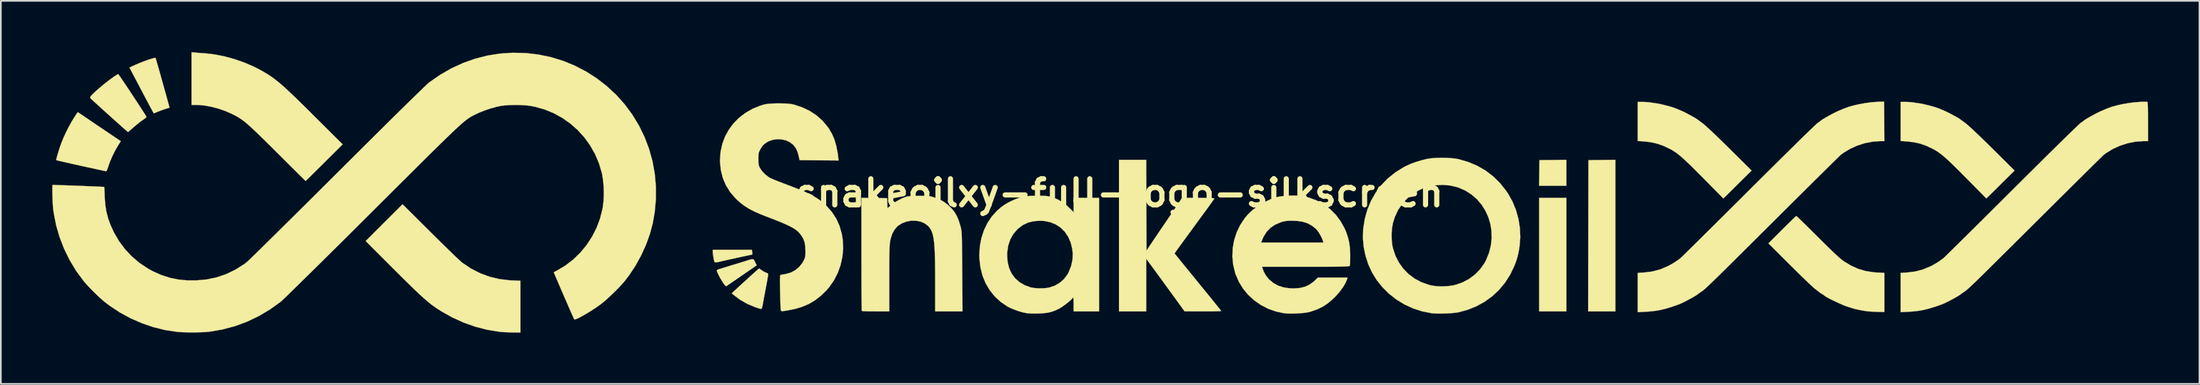
<source format=kicad_pcb>
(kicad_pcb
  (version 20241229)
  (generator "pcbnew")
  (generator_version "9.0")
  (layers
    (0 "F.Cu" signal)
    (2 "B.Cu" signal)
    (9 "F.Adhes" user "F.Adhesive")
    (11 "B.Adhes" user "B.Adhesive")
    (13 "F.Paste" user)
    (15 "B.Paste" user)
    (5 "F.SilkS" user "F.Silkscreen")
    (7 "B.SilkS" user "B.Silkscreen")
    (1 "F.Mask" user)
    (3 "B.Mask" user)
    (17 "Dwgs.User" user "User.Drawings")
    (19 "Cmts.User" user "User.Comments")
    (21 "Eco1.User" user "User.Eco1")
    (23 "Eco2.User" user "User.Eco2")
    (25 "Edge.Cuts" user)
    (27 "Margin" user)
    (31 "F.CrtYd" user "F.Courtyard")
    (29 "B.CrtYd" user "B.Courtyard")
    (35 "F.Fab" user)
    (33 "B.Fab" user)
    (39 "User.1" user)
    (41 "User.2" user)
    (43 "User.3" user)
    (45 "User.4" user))
  (footprint "snakeoilxy-full-logo-silkscreen"
    (layer "F.Cu")
    (at 62.279 8.232)
    (property "Reference" "snakeoilxy-full-logo-silkscreen" (at 0 0 0) (layer "F.SilkS") (effects (font (size 1.524 1.524) (thickness 0.3))))
    (attr through_hole)
    (fp_poly (pts (xy 26.07 6.914) (xy 24.483 6.914) (xy 24.483 0.282) (xy 26.07 0.282) (xy 26.07 6.914)) (stroke (width 0.01) (type solid)) (fill yes) (layer "F.SilkS"))
    (fp_poly (pts (xy 26.07 -0.423) (xy 24.481 -0.423) (xy 24.491 -1.173) (xy 24.5 -1.923) (xy 25.285 -1.932) (xy 26.07 -1.942) (xy 26.07 -0.423)) (stroke (width 0.01) (type solid)) (fill yes) (layer "F.SilkS"))
    (fp_poly (pts (xy 28.928 6.914) (xy 27.34 6.914) (xy 27.349 2.496) (xy 27.358 -1.923) (xy 28.143 -1.932) (xy 28.928 -1.942) (xy 28.928 6.914)) (stroke (width 0.01) (type solid)) (fill yes) (layer "F.SilkS"))
    (fp_poly (pts (xy -21.44 3.448) (xy -21.431 3.536) (xy -21.429 3.586) (xy -21.43 3.589) (xy -21.465 3.6) (xy -21.548 3.619) (xy -21.61 3.632) (xy -21.743 3.659) (xy -21.902 3.693) (xy -22.013 3.717) (xy -22.34 3.788) (xy -22.607 3.847) (xy -22.821 3.894) (xy -22.991 3.932) (xy -23.127 3.963) (xy -23.235 3.988) (xy -23.308 4.005) (xy -23.459 4.039) (xy -23.555 4.053) (xy -23.611 4.047) (xy -23.639 4.021) (xy -23.649 3.995) (xy -23.673 3.894) (xy -23.699 3.756) (xy -23.722 3.611) (xy -23.738 3.484) (xy -23.742 3.415) (xy -23.742 3.316) (xy -21.457 3.316) (xy -21.44 3.448)) (stroke (width 0.01) (type solid)) (fill yes) (layer "F.SilkS"))
    (fp_poly (pts (xy -56.253 -7.899) (xy -56.241 -7.863) (xy -56.212 -7.766) (xy -56.168 -7.615) (xy -56.112 -7.418) (xy -56.044 -7.181) (xy -55.968 -6.911) (xy -55.886 -6.616) (xy -55.836 -6.439) (xy -55.434 -4.994) (xy -55.719 -4.901) (xy -55.878 -4.846) (xy -56.035 -4.788) (xy -56.16 -4.738) (xy -56.174 -4.732) (xy -56.272 -4.69) (xy -56.339 -4.662) (xy -56.356 -4.657) (xy -56.374 -4.687) (xy -56.422 -4.773) (xy -56.495 -4.909) (xy -56.591 -5.089) (xy -56.706 -5.305) (xy -56.837 -5.552) (xy -56.98 -5.823) (xy -57.071 -5.995) (xy -57.775 -7.334) (xy -57.577 -7.428) (xy -57.404 -7.506) (xy -57.212 -7.587) (xy -57.011 -7.667) (xy -56.813 -7.74) (xy -56.628 -7.805) (xy -56.469 -7.856) (xy -56.346 -7.89) (xy -56.27 -7.902) (xy -56.253 -7.899)) (stroke (width 0.01) (type solid)) (fill yes) (layer "F.SilkS"))
    (fp_poly (pts (xy -21.384 3.87) (xy -21.342 3.898) (xy -21.308 3.952) (xy -21.269 4.031) (xy -21.268 4.034) (xy -21.176 4.224) (xy -22.045 4.822) (xy -22.265 4.974) (xy -22.467 5.113) (xy -22.644 5.234) (xy -22.788 5.333) (xy -22.891 5.403) (xy -22.946 5.44) (xy -22.953 5.444) (xy -22.991 5.428) (xy -23.055 5.359) (xy -23.137 5.246) (xy -23.148 5.229) (xy -23.331 4.924) (xy -23.468 4.639) (xy -23.49 4.583) (xy -23.503 4.54) (xy -23.498 4.508) (xy -23.462 4.481) (xy -23.385 4.452) (xy -23.255 4.411) (xy -23.201 4.395) (xy -23.049 4.35) (xy -22.914 4.308) (xy -22.817 4.278) (xy -22.789 4.269) (xy -22.713 4.244) (xy -22.593 4.208) (xy -22.454 4.166) (xy -22.437 4.161) (xy -22.271 4.111) (xy -22.076 4.051) (xy -21.891 3.993) (xy -21.867 3.986) (xy -21.675 3.924) (xy -21.538 3.883) (xy -21.445 3.865) (xy -21.384 3.87)) (stroke (width 0.01) (type solid)) (fill yes) (layer "F.SilkS"))
    (fp_poly (pts (xy -20.883 4.512) (xy -20.77 4.585) (xy -20.655 4.643) (xy -20.616 4.658) (xy -20.537 4.69) (xy -20.507 4.732) (xy -20.512 4.811) (xy -20.514 4.827) (xy -20.535 4.951) (xy -20.565 5.125) (xy -20.602 5.328) (xy -20.641 5.54) (xy -20.68 5.743) (xy -20.691 5.803) (xy -20.719 5.951) (xy -20.753 6.137) (xy -20.788 6.33) (xy -20.802 6.412) (xy -20.835 6.584) (xy -20.863 6.695) (xy -20.89 6.755) (xy -20.919 6.772) (xy -20.976 6.76) (xy -21.079 6.73) (xy -21.211 6.687) (xy -21.255 6.672) (xy -21.716 6.48) (xy -22.145 6.236) (xy -22.507 5.965) (xy -22.631 5.86) (xy -22.543 5.776) (xy -22.449 5.687) (xy -22.322 5.569) (xy -22.17 5.429) (xy -22.002 5.275) (xy -21.827 5.115) (xy -21.654 4.957) (xy -21.491 4.809) (xy -21.347 4.679) (xy -21.232 4.576) (xy -21.153 4.506) (xy -21.124 4.482) (xy -21.029 4.407) (xy -20.883 4.512)) (stroke (width 0.01) (type solid)) (fill yes) (layer "F.SilkS"))
    (fp_poly (pts (xy -40.208 2.279) (xy -39.921 2.565) (xy -39.642 2.84) (xy -39.378 3.099) (xy -39.133 3.338) (xy -38.912 3.552) (xy -38.72 3.736) (xy -38.562 3.886) (xy -38.443 3.996) (xy -38.367 4.062) (xy -38.355 4.072) (xy -37.851 4.41) (xy -37.322 4.682) (xy -36.769 4.888) (xy -36.194 5.027) (xy -35.599 5.099) (xy -35.481 5.105) (xy -34.96 5.126) (xy -34.96 8.149) (xy -35.428 8.145) (xy -35.635 8.14) (xy -35.847 8.132) (xy -36.039 8.12) (xy -36.177 8.108) (xy -36.888 7.993) (xy -37.594 7.811) (xy -38.288 7.565) (xy -38.962 7.257) (xy -39.608 6.892) (xy -39.893 6.705) (xy -40.029 6.609) (xy -40.167 6.506) (xy -40.312 6.391) (xy -40.467 6.261) (xy -40.637 6.111) (xy -40.827 5.937) (xy -41.042 5.736) (xy -41.284 5.503) (xy -41.56 5.234) (xy -41.873 4.925) (xy -42.227 4.571) (xy -42.483 4.315) (xy -43.991 2.804) (xy -42.916 1.729) (xy -41.84 0.654) (xy -40.208 2.279)) (stroke (width 0.01) (type solid)) (fill yes) (layer "F.SilkS"))
    (fp_poly (pts (xy -60.767 -4.709) (xy -60.691 -4.663) (xy -60.584 -4.592) (xy -60.512 -4.543) (xy -60.415 -4.476) (xy -60.268 -4.375) (xy -60.082 -4.249) (xy -59.866 -4.102) (xy -59.63 -3.942) (xy -59.384 -3.776) (xy -59.258 -3.691) (xy -58.28 -3.031) (xy -58.462 -2.742) (xy -58.621 -2.466) (xy -58.775 -2.153) (xy -58.912 -1.832) (xy -59.017 -1.534) (xy -59.02 -1.524) (xy -59.062 -1.403) (xy -59.102 -1.314) (xy -59.134 -1.275) (xy -59.138 -1.274) (xy -59.18 -1.282) (xy -59.284 -1.304) (xy -59.441 -1.338) (xy -59.646 -1.383) (xy -59.889 -1.436) (xy -60.164 -1.496) (xy -60.463 -1.562) (xy -60.606 -1.593) (xy -60.913 -1.661) (xy -61.198 -1.725) (xy -61.453 -1.783) (xy -61.673 -1.833) (xy -61.848 -1.873) (xy -61.973 -1.903) (xy -62.039 -1.92) (xy -62.048 -1.923) (xy -62.046 -1.963) (xy -62.024 -2.057) (xy -61.988 -2.192) (xy -61.939 -2.356) (xy -61.883 -2.535) (xy -61.823 -2.717) (xy -61.762 -2.89) (xy -61.75 -2.921) (xy -61.632 -3.215) (xy -61.484 -3.537) (xy -61.32 -3.864) (xy -61.152 -4.169) (xy -61.008 -4.405) (xy -60.925 -4.533) (xy -60.857 -4.637) (xy -60.812 -4.704) (xy -60.799 -4.722) (xy -60.767 -4.709)) (stroke (width 0.01) (type solid)) (fill yes) (layer "F.SilkS"))
    (fp_poly (pts (xy -58.407 -6.921) (xy -58.349 -6.841) (xy -58.263 -6.716) (xy -58.153 -6.555) (xy -58.025 -6.364) (xy -57.882 -6.151) (xy -57.731 -5.923) (xy -57.576 -5.688) (xy -57.422 -5.454) (xy -57.273 -5.227) (xy -57.136 -5.015) (xy -57.014 -4.826) (xy -56.912 -4.667) (xy -56.836 -4.546) (xy -56.791 -4.469) (xy -56.78 -4.445) (xy -56.807 -4.413) (xy -56.879 -4.355) (xy -56.981 -4.281) (xy -57 -4.269) (xy -57.12 -4.183) (xy -57.27 -4.066) (xy -57.428 -3.936) (xy -57.537 -3.842) (xy -57.66 -3.734) (xy -57.763 -3.646) (xy -57.834 -3.587) (xy -57.863 -3.565) (xy -57.863 -3.565) (xy -57.891 -3.588) (xy -57.965 -3.653) (xy -58.081 -3.756) (xy -58.233 -3.891) (xy -58.414 -4.054) (xy -58.621 -4.239) (xy -58.847 -4.441) (xy -58.949 -4.533) (xy -59.183 -4.743) (xy -59.401 -4.941) (xy -59.597 -5.12) (xy -59.766 -5.275) (xy -59.902 -5.401) (xy -60 -5.492) (xy -60.052 -5.544) (xy -60.06 -5.553) (xy -60.068 -5.588) (xy -60.05 -5.635) (xy -60.002 -5.7) (xy -59.918 -5.788) (xy -59.793 -5.906) (xy -59.622 -6.059) (xy -59.469 -6.191) (xy -59.32 -6.316) (xy -59.156 -6.448) (xy -58.986 -6.578) (xy -58.823 -6.699) (xy -58.675 -6.805) (xy -58.552 -6.886) (xy -58.467 -6.937) (xy -58.432 -6.95) (xy -58.407 -6.921)) (stroke (width 0.01) (type solid)) (fill yes) (layer "F.SilkS"))
    (fp_poly (pts (xy -53.913 -8.207) (xy -53.761 -8.195) (xy -53.574 -8.18) (xy -53.389 -8.167) (xy -53.358 -8.165) (xy -52.814 -8.102) (xy -52.243 -7.99) (xy -51.665 -7.832) (xy -51.097 -7.636) (xy -50.556 -7.405) (xy -50.236 -7.244) (xy -50.042 -7.138) (xy -49.863 -7.035) (xy -49.693 -6.931) (xy -49.527 -6.822) (xy -49.361 -6.704) (xy -49.19 -6.573) (xy -49.008 -6.424) (xy -48.812 -6.254) (xy -48.596 -6.058) (xy -48.355 -5.832) (xy -48.084 -5.573) (xy -47.779 -5.275) (xy -47.435 -4.936) (xy -47.046 -4.549) (xy -47.035 -4.538) (xy -45.334 -2.845) (xy -46.411 -1.775) (xy -46.638 -1.55) (xy -46.849 -1.341) (xy -47.039 -1.153) (xy -47.203 -0.991) (xy -47.335 -0.861) (xy -47.431 -0.768) (xy -47.485 -0.715) (xy -47.495 -0.706) (xy -47.521 -0.73) (xy -47.592 -0.8) (xy -47.705 -0.912) (xy -47.856 -1.061) (xy -48.04 -1.244) (xy -48.254 -1.456) (xy -48.493 -1.694) (xy -48.753 -1.953) (xy -49.03 -2.229) (xy -49.177 -2.375) (xy -49.535 -2.731) (xy -49.848 -3.041) (xy -50.121 -3.309) (xy -50.358 -3.538) (xy -50.564 -3.734) (xy -50.743 -3.899) (xy -50.901 -4.039) (xy -51.041 -4.156) (xy -51.169 -4.255) (xy -51.289 -4.34) (xy -51.405 -4.415) (xy -51.523 -4.484) (xy -51.648 -4.55) (xy -51.773 -4.614) (xy -52.152 -4.783) (xy -52.558 -4.925) (xy -52.973 -5.037) (xy -53.378 -5.113) (xy -53.754 -5.149) (xy -53.858 -5.151) (xy -54.151 -5.151) (xy -54.151 -8.227) (xy -53.913 -8.207)) (stroke (width 0.01) (type solid)) (fill yes) (layer "F.SilkS"))
    (fp_poly (pts (xy 30.506 -5.327) (xy 30.677 -5.322) (xy 30.854 -5.308) (xy 30.992 -5.291) (xy 31.135 -5.268) (xy 31.275 -5.248) (xy 31.344 -5.239) (xy 31.44 -5.223) (xy 31.584 -5.192) (xy 31.758 -5.151) (xy 31.943 -5.104) (xy 32.119 -5.056) (xy 32.262 -5.014) (xy 32.416 -4.96) (xy 32.612 -4.881) (xy 32.83 -4.786) (xy 32.932 -4.739) (xy 33.025 -4.693) (xy 33.149 -4.628) (xy 33.29 -4.552) (xy 33.429 -4.475) (xy 33.551 -4.407) (xy 33.639 -4.355) (xy 33.673 -4.332) (xy 33.715 -4.301) (xy 33.8 -4.238) (xy 33.914 -4.153) (xy 34.008 -4.085) (xy 34.108 -4.004) (xy 34.253 -3.877) (xy 34.439 -3.706) (xy 34.662 -3.496) (xy 34.918 -3.251) (xy 35.204 -2.973) (xy 35.514 -2.668) (xy 35.592 -2.59) (xy 36.877 -1.315) (xy 36.056 -0.499) (xy 35.858 -0.303) (xy 35.678 -0.124) (xy 35.52 0.032) (xy 35.391 0.159) (xy 35.296 0.252) (xy 35.241 0.304) (xy 35.23 0.314) (xy 35.205 0.289) (xy 35.135 0.219) (xy 35.026 0.108) (xy 34.882 -0.038) (xy 34.707 -0.214) (xy 34.508 -0.416) (xy 34.289 -0.638) (xy 34.078 -0.851) (xy 33.76 -1.172) (xy 33.486 -1.447) (xy 33.248 -1.679) (xy 33.043 -1.875) (xy 32.865 -2.039) (xy 32.708 -2.175) (xy 32.566 -2.288) (xy 32.436 -2.384) (xy 32.31 -2.466) (xy 32.183 -2.541) (xy 32.097 -2.587) (xy 31.724 -2.763) (xy 31.359 -2.89) (xy 30.98 -2.973) (xy 30.561 -3.021) (xy 30.542 -3.022) (xy 30.233 -3.043) (xy 30.233 -5.327) (xy 30.506 -5.327)) (stroke (width 0.01) (type solid)) (fill yes) (layer "F.SilkS"))
    (fp_poly (pts (xy 45.852 -5.327) (xy 46.022 -5.322) (xy 46.2 -5.308) (xy 46.337 -5.291) (xy 46.481 -5.268) (xy 46.62 -5.248) (xy 46.69 -5.239) (xy 46.786 -5.223) (xy 46.93 -5.192) (xy 47.104 -5.151) (xy 47.289 -5.104) (xy 47.465 -5.056) (xy 47.607 -5.014) (xy 47.761 -4.96) (xy 47.957 -4.881) (xy 48.175 -4.786) (xy 48.278 -4.739) (xy 48.37 -4.693) (xy 48.495 -4.628) (xy 48.635 -4.552) (xy 48.775 -4.475) (xy 48.897 -4.407) (xy 48.985 -4.355) (xy 49.018 -4.332) (xy 49.06 -4.301) (xy 49.146 -4.238) (xy 49.26 -4.153) (xy 49.354 -4.085) (xy 49.454 -4.004) (xy 49.599 -3.877) (xy 49.785 -3.706) (xy 50.008 -3.496) (xy 50.264 -3.251) (xy 50.55 -2.973) (xy 50.86 -2.668) (xy 50.938 -2.59) (xy 52.223 -1.315) (xy 51.401 -0.499) (xy 51.204 -0.303) (xy 51.024 -0.124) (xy 50.866 0.032) (xy 50.737 0.159) (xy 50.642 0.252) (xy 50.587 0.304) (xy 50.576 0.314) (xy 50.551 0.289) (xy 50.481 0.219) (xy 50.372 0.108) (xy 50.227 -0.038) (xy 50.053 -0.214) (xy 49.854 -0.416) (xy 49.635 -0.638) (xy 49.424 -0.851) (xy 49.106 -1.172) (xy 48.831 -1.447) (xy 48.594 -1.679) (xy 48.389 -1.875) (xy 48.211 -2.039) (xy 48.053 -2.175) (xy 47.912 -2.288) (xy 47.781 -2.384) (xy 47.656 -2.466) (xy 47.529 -2.541) (xy 47.443 -2.587) (xy 47.07 -2.763) (xy 46.705 -2.89) (xy 46.326 -2.973) (xy 45.907 -3.021) (xy 45.888 -3.022) (xy 45.579 -3.043) (xy 45.579 -5.327) (xy 45.852 -5.327)) (stroke (width 0.01) (type solid)) (fill yes) (layer "F.SilkS"))
    (fp_poly (pts (xy 39.518 1.365) (xy 39.592 1.434) (xy 39.707 1.544) (xy 39.857 1.69) (xy 40.037 1.866) (xy 40.243 2.069) (xy 40.468 2.292) (xy 40.71 2.533) (xy 40.744 2.567) (xy 41.059 2.88) (xy 41.329 3.147) (xy 41.559 3.371) (xy 41.753 3.555) (xy 41.916 3.705) (xy 42.05 3.823) (xy 42.162 3.915) (xy 42.254 3.983) (xy 42.268 3.993) (xy 42.682 4.242) (xy 43.095 4.427) (xy 43.521 4.554) (xy 43.974 4.627) (xy 44.194 4.644) (xy 44.626 4.668) (xy 44.626 6.95) (xy 44.282 6.945) (xy 44.097 6.939) (xy 43.903 6.93) (xy 43.735 6.919) (xy 43.692 6.915) (xy 43.527 6.894) (xy 43.337 6.863) (xy 43.143 6.826) (xy 42.967 6.788) (xy 42.83 6.753) (xy 42.792 6.741) (xy 42.716 6.715) (xy 42.596 6.677) (xy 42.457 6.634) (xy 42.439 6.629) (xy 42.328 6.589) (xy 42.178 6.527) (xy 42.002 6.45) (xy 41.815 6.364) (xy 41.628 6.275) (xy 41.456 6.189) (xy 41.311 6.113) (xy 41.207 6.053) (xy 41.16 6.02) (xy 41.104 5.976) (xy 41.015 5.916) (xy 40.975 5.892) (xy 40.887 5.837) (xy 40.828 5.796) (xy 40.816 5.786) (xy 40.782 5.756) (xy 40.705 5.695) (xy 40.602 5.615) (xy 40.569 5.591) (xy 40.499 5.531) (xy 40.384 5.427) (xy 40.232 5.284) (xy 40.047 5.108) (xy 39.837 4.905) (xy 39.607 4.68) (xy 39.363 4.439) (xy 39.11 4.188) (xy 39.1 4.178) (xy 37.859 2.939) (xy 38.659 2.14) (xy 38.854 1.945) (xy 39.034 1.768) (xy 39.192 1.614) (xy 39.323 1.488) (xy 39.419 1.398) (xy 39.476 1.348) (xy 39.488 1.341) (xy 39.518 1.365)) (stroke (width 0.01) (type solid)) (fill yes) (layer "F.SilkS"))
    (fp_poly (pts (xy 1.561 0.71) (xy 1.57 3.361) (xy 1.91 2.854) (xy 2.021 2.689) (xy 2.162 2.48) (xy 2.325 2.239) (xy 2.502 1.979) (xy 2.682 1.713) (xy 2.858 1.455) (xy 2.876 1.429) (xy 3.033 1.198) (xy 3.18 0.98) (xy 3.312 0.785) (xy 3.423 0.621) (xy 3.507 0.494) (xy 3.559 0.415) (xy 3.571 0.397) (xy 3.641 0.282) (xy 4.593 0.282) (xy 4.899 0.283) (xy 5.149 0.287) (xy 5.339 0.293) (xy 5.466 0.301) (xy 5.527 0.312) (xy 5.533 0.317) (xy 5.509 0.354) (xy 5.45 0.439) (xy 5.361 0.566) (xy 5.247 0.724) (xy 5.115 0.906) (xy 5.011 1.049) (xy 4.685 1.494) (xy 4.39 1.898) (xy 4.125 2.26) (xy 3.894 2.576) (xy 3.697 2.846) (xy 3.537 3.067) (xy 3.413 3.237) (xy 3.329 3.354) (xy 3.286 3.413) (xy 3.206 3.528) (xy 3.711 4.15) (xy 3.897 4.38) (xy 4.107 4.638) (xy 4.324 4.904) (xy 4.529 5.156) (xy 4.693 5.358) (xy 4.961 5.688) (xy 5.189 5.967) (xy 5.378 6.2) (xy 5.533 6.391) (xy 5.656 6.544) (xy 5.751 6.663) (xy 5.822 6.752) (xy 5.872 6.815) (xy 5.904 6.858) (xy 5.921 6.882) (xy 5.927 6.894) (xy 5.927 6.895) (xy 5.893 6.9) (xy 5.797 6.904) (xy 5.648 6.908) (xy 5.454 6.911) (xy 5.224 6.913) (xy 4.966 6.914) (xy 4.86 6.914) (xy 3.792 6.913) (xy 3.366 6.323) (xy 3.211 6.11) (xy 3.034 5.866) (xy 2.841 5.601) (xy 2.641 5.325) (xy 2.44 5.049) (xy 2.246 4.783) (xy 2.066 4.537) (xy 1.908 4.321) (xy 1.779 4.146) (xy 1.718 4.062) (xy 1.552 3.838) (xy 1.552 6.914) (xy -0.035 6.914) (xy -0.035 -1.94) (xy 1.552 -1.94) (xy 1.561 0.71)) (stroke (width 0.01) (type solid)) (fill yes) (layer "F.SilkS"))
    (fp_poly (pts (xy -11.47 0.164) (xy -11.301 0.167) (xy -11.172 0.174) (xy -11.068 0.187) (xy -10.974 0.208) (xy -10.875 0.238) (xy -10.813 0.259) (xy -10.576 0.346) (xy -10.385 0.435) (xy -10.219 0.536) (xy -10.053 0.663) (xy -10.044 0.67) (xy -9.824 0.875) (xy -9.645 1.092) (xy -9.501 1.334) (xy -9.382 1.617) (xy -9.28 1.954) (xy -9.27 1.993) (xy -9.255 2.053) (xy -9.243 2.114) (xy -9.232 2.183) (xy -9.223 2.265) (xy -9.216 2.365) (xy -9.209 2.49) (xy -9.204 2.645) (xy -9.199 2.835) (xy -9.196 3.067) (xy -9.192 3.347) (xy -9.189 3.678) (xy -9.186 4.069) (xy -9.183 4.523) (xy -9.182 4.595) (xy -9.166 6.914) (xy -10.76 6.914) (xy -10.76 5.283) (xy -10.761 4.743) (xy -10.765 4.27) (xy -10.772 3.856) (xy -10.783 3.498) (xy -10.798 3.19) (xy -10.819 2.928) (xy -10.845 2.706) (xy -10.878 2.519) (xy -10.918 2.363) (xy -10.965 2.232) (xy -11.021 2.121) (xy -11.086 2.025) (xy -11.16 1.939) (xy -11.187 1.912) (xy -11.386 1.764) (xy -11.623 1.666) (xy -11.883 1.617) (xy -12.156 1.616) (xy -12.427 1.664) (xy -12.684 1.76) (xy -12.914 1.904) (xy -12.972 1.953) (xy -13.142 2.152) (xy -13.275 2.405) (xy -13.368 2.706) (xy -13.387 2.803) (xy -13.399 2.886) (xy -13.41 2.984) (xy -13.418 3.105) (xy -13.425 3.253) (xy -13.431 3.436) (xy -13.435 3.659) (xy -13.438 3.929) (xy -13.44 4.251) (xy -13.441 4.633) (xy -13.441 5.014) (xy -13.441 6.914) (xy -14.229 6.914) (xy -14.458 6.913) (xy -14.663 6.911) (xy -14.833 6.906) (xy -14.959 6.901) (xy -15.029 6.894) (xy -15.04 6.891) (xy -15.043 6.853) (xy -15.047 6.749) (xy -15.05 6.585) (xy -15.053 6.365) (xy -15.055 6.094) (xy -15.058 5.778) (xy -15.06 5.42) (xy -15.061 5.027) (xy -15.062 4.602) (xy -15.063 4.151) (xy -15.064 3.679) (xy -15.064 3.574) (xy -15.064 0.281) (xy -13.564 0.3) (xy -13.554 0.589) (xy -13.544 0.878) (xy -13.315 0.696) (xy -13.012 0.479) (xy -12.712 0.318) (xy -12.506 0.236) (xy -12.416 0.209) (xy -12.323 0.189) (xy -12.214 0.175) (xy -12.074 0.168) (xy -11.888 0.164) (xy -11.695 0.163) (xy -11.47 0.164)) (stroke (width 0.01) (type solid)) (fill yes) (layer "F.SilkS"))
    (fp_poly (pts (xy -4.6 0.16) (xy -4.423 0.164) (xy -4.286 0.172) (xy -4.176 0.185) (xy -4.077 0.205) (xy -3.974 0.234) (xy -3.951 0.241) (xy -3.615 0.371) (xy -3.316 0.543) (xy -3.036 0.77) (xy -2.955 0.848) (xy -2.681 1.12) (xy -2.681 0.282) (xy -1.199 0.282) (xy -1.199 6.914) (xy -2.681 6.914) (xy -2.682 6.482) (xy -2.684 6.296) (xy -2.69 6.174) (xy -2.7 6.113) (xy -2.715 6.106) (xy -2.72 6.113) (xy -2.779 6.185) (xy -2.884 6.285) (xy -3.02 6.399) (xy -3.171 6.517) (xy -3.325 6.627) (xy -3.465 6.718) (xy -3.531 6.755) (xy -3.756 6.863) (xy -3.969 6.94) (xy -4.191 6.992) (xy -4.442 7.023) (xy -4.727 7.038) (xy -4.924 7.041) (xy -5.114 7.039) (xy -5.277 7.034) (xy -5.392 7.024) (xy -5.397 7.024) (xy -5.624 6.978) (xy -5.882 6.905) (xy -6.144 6.812) (xy -6.385 6.71) (xy -6.562 6.619) (xy -6.955 6.347) (xy -7.297 6.027) (xy -7.587 5.664) (xy -7.822 5.26) (xy -8 4.821) (xy -8.119 4.348) (xy -8.178 3.847) (xy -8.183 3.654) (xy -6.562 3.654) (xy -6.532 4.043) (xy -6.443 4.395) (xy -6.298 4.708) (xy -6.097 4.979) (xy -5.844 5.205) (xy -5.539 5.384) (xy -5.209 5.507) (xy -5.008 5.546) (xy -4.765 5.567) (xy -4.508 5.568) (xy -4.263 5.549) (xy -4.096 5.52) (xy -3.773 5.409) (xy -3.485 5.241) (xy -3.239 5.021) (xy -3.042 4.755) (xy -2.98 4.642) (xy -2.832 4.275) (xy -2.75 3.915) (xy -2.733 3.551) (xy -2.763 3.26) (xy -2.855 2.885) (xy -3.002 2.551) (xy -3.197 2.262) (xy -3.439 2.022) (xy -3.722 1.835) (xy -4.042 1.704) (xy -4.395 1.632) (xy -4.654 1.618) (xy -5.022 1.647) (xy -5.347 1.728) (xy -5.638 1.865) (xy -5.903 2.062) (xy -5.98 2.134) (xy -6.213 2.412) (xy -6.386 2.726) (xy -6.501 3.077) (xy -6.556 3.467) (xy -6.562 3.654) (xy -8.183 3.654) (xy -8.184 3.616) (xy -8.154 3.113) (xy -8.063 2.631) (xy -7.915 2.176) (xy -7.712 1.754) (xy -7.457 1.372) (xy -7.152 1.036) (xy -7.141 1.026) (xy -6.926 0.837) (xy -6.723 0.687) (xy -6.504 0.558) (xy -6.303 0.458) (xy -6.067 0.354) (xy -5.859 0.277) (xy -5.659 0.222) (xy -5.45 0.187) (xy -5.214 0.168) (xy -4.931 0.16) (xy -4.833 0.16) (xy -4.6 0.16)) (stroke (width 0.01) (type solid)) (fill yes) (layer "F.SilkS"))
    (fp_poly (pts (xy 19.082 -2.056) (xy 19.377 -2.038) (xy 19.637 -2.008) (xy 19.777 -1.981) (xy 20.342 -1.817) (xy 20.867 -1.595) (xy 21.351 -1.316) (xy 21.794 -0.979) (xy 22.194 -0.586) (xy 22.552 -0.137) (xy 22.668 0.035) (xy 22.925 0.495) (xy 23.128 0.991) (xy 23.273 1.512) (xy 23.358 2.045) (xy 23.381 2.579) (xy 23.339 3.104) (xy 23.339 3.104) (xy 23.293 3.39) (xy 23.243 3.63) (xy 23.182 3.852) (xy 23.104 4.08) (xy 23.033 4.262) (xy 22.79 4.77) (xy 22.493 5.235) (xy 22.144 5.656) (xy 21.748 6.027) (xy 21.307 6.348) (xy 20.826 6.614) (xy 20.307 6.823) (xy 19.773 6.968) (xy 19.601 6.995) (xy 19.379 7.016) (xy 19.126 7.032) (xy 18.862 7.041) (xy 18.606 7.042) (xy 18.38 7.036) (xy 18.203 7.021) (xy 17.656 6.914) (xy 17.128 6.742) (xy 16.625 6.511) (xy 16.155 6.224) (xy 15.721 5.884) (xy 15.331 5.496) (xy 14.99 5.065) (xy 14.733 4.646) (xy 14.514 4.171) (xy 14.35 3.666) (xy 14.243 3.144) (xy 14.197 2.618) (xy 14.205 2.373) (xy 15.874 2.373) (xy 15.878 2.7) (xy 15.907 3.009) (xy 15.949 3.222) (xy 16.096 3.662) (xy 16.3 4.064) (xy 16.558 4.424) (xy 16.866 4.738) (xy 17.219 5.001) (xy 17.614 5.211) (xy 18.047 5.364) (xy 18.203 5.402) (xy 18.492 5.444) (xy 18.817 5.457) (xy 19.151 5.44) (xy 19.467 5.395) (xy 19.597 5.365) (xy 20.008 5.223) (xy 20.389 5.021) (xy 20.732 4.765) (xy 21.031 4.46) (xy 21.279 4.113) (xy 21.377 3.933) (xy 21.551 3.512) (xy 21.662 3.082) (xy 21.711 2.651) (xy 21.702 2.224) (xy 21.636 1.807) (xy 21.516 1.407) (xy 21.344 1.029) (xy 21.123 0.68) (xy 20.856 0.365) (xy 20.543 0.091) (xy 20.189 -0.137) (xy 19.795 -0.313) (xy 19.673 -0.353) (xy 19.267 -0.445) (xy 18.852 -0.479) (xy 18.499 -0.46) (xy 18.054 -0.38) (xy 17.659 -0.255) (xy 17.302 -0.081) (xy 16.974 0.145) (xy 16.803 0.294) (xy 16.493 0.63) (xy 16.244 1.002) (xy 16.055 1.41) (xy 15.946 1.768) (xy 15.897 2.053) (xy 15.874 2.373) (xy 14.205 2.373) (xy 14.214 2.104) (xy 14.215 2.093) (xy 14.307 1.513) (xy 14.46 0.964) (xy 14.674 0.45) (xy 14.945 -0.027) (xy 15.273 -0.464) (xy 15.656 -0.86) (xy 16.091 -1.209) (xy 16.577 -1.512) (xy 16.72 -1.586) (xy 16.987 -1.705) (xy 17.299 -1.819) (xy 17.629 -1.919) (xy 17.953 -1.997) (xy 17.956 -1.998) (xy 18.189 -2.032) (xy 18.467 -2.053) (xy 18.772 -2.061) (xy 19.082 -2.056)) (stroke (width 0.01) (type solid)) (fill yes) (layer "F.SilkS"))
    (fp_poly (pts (xy 10.441 0.155) (xy 10.617 0.174) (xy 11.081 0.277) (xy 11.519 0.442) (xy 11.925 0.667) (xy 12.294 0.947) (xy 12.623 1.278) (xy 12.904 1.657) (xy 13.135 2.078) (xy 13.214 2.264) (xy 13.32 2.57) (xy 13.393 2.871) (xy 13.437 3.189) (xy 13.455 3.546) (xy 13.457 3.651) (xy 13.456 3.842) (xy 13.452 4.01) (xy 13.445 4.143) (xy 13.437 4.225) (xy 13.433 4.242) (xy 13.425 4.254) (xy 13.408 4.264) (xy 13.377 4.273) (xy 13.328 4.28) (xy 13.255 4.286) (xy 13.154 4.291) (xy 13.019 4.295) (xy 12.847 4.298) (xy 12.632 4.3) (xy 12.37 4.302) (xy 12.056 4.303) (xy 11.684 4.304) (xy 11.25 4.304) (xy 10.863 4.304) (xy 8.318 4.304) (xy 8.342 4.401) (xy 8.415 4.6) (xy 8.534 4.809) (xy 8.682 5.003) (xy 8.729 5.053) (xy 8.979 5.262) (xy 9.26 5.415) (xy 9.58 5.516) (xy 9.943 5.567) (xy 10.147 5.573) (xy 10.493 5.552) (xy 10.794 5.484) (xy 11.061 5.365) (xy 11.307 5.19) (xy 11.42 5.086) (xy 11.568 4.939) (xy 13.304 4.939) (xy 13.28 5.018) (xy 13.181 5.256) (xy 13.027 5.516) (xy 12.828 5.784) (xy 12.591 6.051) (xy 12.482 6.159) (xy 12.179 6.422) (xy 11.87 6.631) (xy 11.535 6.796) (xy 11.155 6.928) (xy 11.06 6.955) (xy 10.908 6.985) (xy 10.706 7.01) (xy 10.472 7.028) (xy 10.225 7.04) (xy 9.984 7.044) (xy 9.77 7.038) (xy 9.6 7.023) (xy 9.596 7.023) (xy 9.113 6.919) (xy 8.657 6.755) (xy 8.233 6.534) (xy 7.846 6.263) (xy 7.5 5.944) (xy 7.203 5.583) (xy 6.958 5.183) (xy 6.771 4.75) (xy 6.742 4.662) (xy 6.628 4.187) (xy 6.581 3.706) (xy 6.601 3.226) (xy 6.66 2.893) (xy 8.256 2.893) (xy 11.893 2.893) (xy 11.871 2.813) (xy 11.813 2.655) (xy 11.725 2.478) (xy 11.623 2.306) (xy 11.519 2.161) (xy 11.455 2.092) (xy 11.221 1.906) (xy 10.971 1.769) (xy 10.694 1.679) (xy 10.376 1.63) (xy 10.088 1.618) (xy 9.892 1.619) (xy 9.743 1.629) (xy 9.616 1.648) (xy 9.488 1.681) (xy 9.4 1.709) (xy 9.077 1.847) (xy 8.807 2.029) (xy 8.584 2.261) (xy 8.403 2.547) (xy 8.315 2.743) (xy 8.256 2.893) (xy 6.66 2.893) (xy 6.685 2.754) (xy 6.832 2.298) (xy 7.041 1.865) (xy 7.309 1.461) (xy 7.473 1.264) (xy 7.748 0.999) (xy 8.075 0.752) (xy 8.437 0.535) (xy 8.815 0.359) (xy 9.137 0.248) (xy 9.347 0.203) (xy 9.605 0.17) (xy 9.888 0.151) (xy 10.174 0.145) (xy 10.441 0.155)) (stroke (width 0.01) (type solid)) (fill yes) (layer "F.SilkS"))
    (fp_poly (pts (xy 44.618 -4.187) (xy 44.627 -3.034) (xy 44.363 -3.034) (xy 43.928 -3.003) (xy 43.482 -2.914) (xy 43.041 -2.772) (xy 42.623 -2.583) (xy 42.243 -2.354) (xy 42.069 -2.223) (xy 42.032 -2.188) (xy 41.948 -2.107) (xy 41.82 -1.981) (xy 41.65 -1.814) (xy 41.442 -1.608) (xy 41.198 -1.367) (xy 40.92 -1.092) (xy 40.613 -0.788) (xy 40.279 -0.456) (xy 39.919 -0.099) (xy 39.539 0.279) (xy 39.139 0.677) (xy 38.724 1.09) (xy 38.295 1.517) (xy 38.206 1.606) (xy 37.68 2.129) (xy 37.202 2.605) (xy 36.769 3.036) (xy 36.379 3.424) (xy 36.029 3.772) (xy 35.717 4.082) (xy 35.44 4.356) (xy 35.196 4.597) (xy 34.983 4.807) (xy 34.798 4.989) (xy 34.638 5.144) (xy 34.502 5.276) (xy 34.387 5.386) (xy 34.29 5.477) (xy 34.209 5.551) (xy 34.142 5.611) (xy 34.086 5.659) (xy 34.038 5.698) (xy 33.997 5.729) (xy 33.96 5.755) (xy 33.924 5.779) (xy 33.836 5.837) (xy 33.775 5.881) (xy 33.761 5.893) (xy 33.705 5.938) (xy 33.599 6.005) (xy 33.456 6.089) (xy 33.29 6.182) (xy 33.114 6.276) (xy 32.942 6.364) (xy 32.786 6.44) (xy 32.661 6.495) (xy 32.632 6.506) (xy 32.235 6.645) (xy 31.882 6.753) (xy 31.554 6.833) (xy 31.236 6.888) (xy 30.908 6.923) (xy 30.718 6.935) (xy 30.233 6.96) (xy 30.233 4.667) (xy 30.612 4.643) (xy 31.086 4.583) (xy 31.535 4.464) (xy 31.97 4.283) (xy 32.262 4.124) (xy 32.414 4.028) (xy 32.568 3.924) (xy 32.695 3.83) (xy 32.72 3.81) (xy 32.765 3.768) (xy 32.857 3.68) (xy 32.993 3.548) (xy 33.17 3.374) (xy 33.386 3.161) (xy 33.637 2.913) (xy 33.921 2.632) (xy 34.235 2.321) (xy 34.576 1.983) (xy 34.941 1.62) (xy 35.327 1.236) (xy 35.732 0.833) (xy 36.152 0.415) (xy 36.584 -0.017) (xy 36.724 -0.156) (xy 37.16 -0.591) (xy 37.584 -1.013) (xy 37.994 -1.42) (xy 38.386 -1.809) (xy 38.758 -2.177) (xy 39.107 -2.522) (xy 39.43 -2.84) (xy 39.723 -3.128) (xy 39.985 -3.385) (xy 40.213 -3.606) (xy 40.403 -3.79) (xy 40.552 -3.933) (xy 40.659 -4.033) (xy 40.719 -4.087) (xy 40.728 -4.094) (xy 40.825 -4.16) (xy 40.896 -4.212) (xy 40.922 -4.234) (xy 40.968 -4.271) (xy 41.064 -4.332) (xy 41.195 -4.41) (xy 41.35 -4.497) (xy 41.515 -4.587) (xy 41.675 -4.672) (xy 41.819 -4.743) (xy 41.932 -4.795) (xy 41.932 -4.795) (xy 42.069 -4.852) (xy 42.187 -4.902) (xy 42.267 -4.936) (xy 42.28 -4.942) (xy 42.529 -5.034) (xy 42.83 -5.119) (xy 43.166 -5.195) (xy 43.518 -5.258) (xy 43.868 -5.304) (xy 44.199 -5.33) (xy 44.298 -5.333) (xy 44.609 -5.34) (xy 44.618 -4.187)) (stroke (width 0.01) (type solid)) (fill yes) (layer "F.SilkS"))
    (fp_poly (pts (xy 59.963 -5.33) (xy 59.976 -5.314) (xy 59.986 -5.264) (xy 59.994 -5.175) (xy 60 -5.041) (xy 60.004 -4.855) (xy 60.006 -4.612) (xy 60.007 -4.307) (xy 60.008 -4.18) (xy 60.008 -3.034) (xy 59.726 -3.034) (xy 59.279 -3.003) (xy 58.825 -2.913) (xy 58.38 -2.769) (xy 57.958 -2.578) (xy 57.574 -2.344) (xy 57.415 -2.223) (xy 57.378 -2.188) (xy 57.294 -2.107) (xy 57.166 -1.981) (xy 56.996 -1.814) (xy 56.788 -1.608) (xy 56.543 -1.367) (xy 56.266 -1.092) (xy 55.959 -0.788) (xy 55.624 -0.456) (xy 55.265 -0.099) (xy 54.885 0.279) (xy 54.485 0.677) (xy 54.069 1.09) (xy 53.641 1.517) (xy 53.552 1.606) (xy 53.026 2.129) (xy 52.548 2.605) (xy 52.115 3.036) (xy 51.725 3.424) (xy 51.375 3.772) (xy 51.063 4.082) (xy 50.786 4.356) (xy 50.542 4.597) (xy 50.329 4.807) (xy 50.144 4.989) (xy 49.984 5.144) (xy 49.848 5.276) (xy 49.733 5.386) (xy 49.636 5.477) (xy 49.555 5.551) (xy 49.488 5.611) (xy 49.431 5.659) (xy 49.384 5.698) (xy 49.343 5.729) (xy 49.305 5.755) (xy 49.27 5.779) (xy 49.182 5.837) (xy 49.121 5.881) (xy 49.107 5.893) (xy 49.051 5.938) (xy 48.945 6.005) (xy 48.802 6.089) (xy 48.636 6.182) (xy 48.46 6.276) (xy 48.287 6.364) (xy 48.132 6.44) (xy 48.007 6.495) (xy 47.978 6.506) (xy 47.581 6.645) (xy 47.228 6.753) (xy 46.9 6.833) (xy 46.582 6.888) (xy 46.254 6.923) (xy 46.064 6.935) (xy 45.579 6.96) (xy 45.579 4.667) (xy 45.957 4.643) (xy 46.432 4.583) (xy 46.88 4.464) (xy 47.316 4.283) (xy 47.607 4.124) (xy 47.76 4.028) (xy 47.913 3.924) (xy 48.04 3.83) (xy 48.066 3.81) (xy 48.111 3.768) (xy 48.203 3.68) (xy 48.339 3.548) (xy 48.516 3.374) (xy 48.732 3.161) (xy 48.983 2.913) (xy 49.267 2.632) (xy 49.581 2.321) (xy 49.922 1.983) (xy 50.287 1.62) (xy 50.673 1.236) (xy 51.077 0.833) (xy 51.498 0.415) (xy 51.93 -0.017) (xy 52.07 -0.156) (xy 52.506 -0.591) (xy 52.93 -1.013) (xy 53.34 -1.42) (xy 53.732 -1.809) (xy 54.104 -2.177) (xy 54.453 -2.522) (xy 54.775 -2.84) (xy 55.069 -3.128) (xy 55.331 -3.385) (xy 55.559 -3.606) (xy 55.749 -3.79) (xy 55.898 -3.933) (xy 56.005 -4.033) (xy 56.065 -4.087) (xy 56.074 -4.094) (xy 56.171 -4.16) (xy 56.242 -4.212) (xy 56.268 -4.234) (xy 56.314 -4.271) (xy 56.409 -4.332) (xy 56.541 -4.41) (xy 56.696 -4.497) (xy 56.86 -4.587) (xy 57.021 -4.672) (xy 57.165 -4.743) (xy 57.278 -4.795) (xy 57.278 -4.795) (xy 57.415 -4.852) (xy 57.533 -4.902) (xy 57.613 -4.936) (xy 57.626 -4.942) (xy 57.883 -5.037) (xy 58.192 -5.123) (xy 58.536 -5.199) (xy 58.895 -5.261) (xy 59.253 -5.306) (xy 59.59 -5.331) (xy 59.889 -5.334) (xy 59.963 -5.33)) (stroke (width 0.01) (type solid)) (fill yes) (layer "F.SilkS"))
    (fp_poly (pts (xy -19.616 -5.237) (xy -19.374 -5.224) (xy -19.167 -5.203) (xy -19.015 -5.174) (xy -18.521 -5.009) (xy -18.079 -4.798) (xy -17.687 -4.54) (xy -17.34 -4.232) (xy -17.037 -3.871) (xy -16.963 -3.767) (xy -16.785 -3.465) (xy -16.642 -3.132) (xy -16.532 -2.759) (xy -16.45 -2.335) (xy -16.42 -2.107) (xy -16.396 -1.904) (xy -17.535 -1.913) (xy -18.673 -1.923) (xy -18.718 -2.141) (xy -18.791 -2.407) (xy -18.893 -2.624) (xy -19.034 -2.807) (xy -19.059 -2.833) (xy -19.258 -2.985) (xy -19.492 -3.087) (xy -19.748 -3.14) (xy -20.013 -3.145) (xy -20.273 -3.102) (xy -20.514 -3.011) (xy -20.723 -2.873) (xy -20.824 -2.773) (xy -20.877 -2.7) (xy -20.943 -2.593) (xy -20.983 -2.522) (xy -21.028 -2.432) (xy -21.056 -2.35) (xy -21.071 -2.253) (xy -21.077 -2.123) (xy -21.078 -1.993) (xy -21.076 -1.823) (xy -21.068 -1.702) (xy -21.049 -1.61) (xy -21.016 -1.525) (xy -20.985 -1.463) (xy -20.869 -1.291) (xy -20.709 -1.118) (xy -20.529 -0.969) (xy -20.388 -0.88) (xy -20.289 -0.835) (xy -20.147 -0.774) (xy -19.981 -0.707) (xy -19.862 -0.661) (xy -19.693 -0.596) (xy -19.531 -0.535) (xy -19.397 -0.484) (xy -19.332 -0.459) (xy -19.233 -0.421) (xy -19.09 -0.365) (xy -18.923 -0.301) (xy -18.79 -0.25) (xy -18.344 -0.066) (xy -17.959 0.123) (xy -17.626 0.322) (xy -17.336 0.536) (xy -17.113 0.736) (xy -16.795 1.096) (xy -16.539 1.487) (xy -16.345 1.912) (xy -16.212 2.372) (xy -16.151 2.753) (xy -16.13 3.243) (xy -16.175 3.732) (xy -16.282 4.212) (xy -16.449 4.674) (xy -16.672 5.108) (xy -16.948 5.504) (xy -17.11 5.691) (xy -17.432 6.004) (xy -17.767 6.265) (xy -18.125 6.477) (xy -18.516 6.645) (xy -18.949 6.775) (xy -19.434 6.871) (xy -19.605 6.895) (xy -19.7 6.904) (xy -19.747 6.89) (xy -19.768 6.848) (xy -19.77 6.835) (xy -19.775 6.78) (xy -19.781 6.664) (xy -19.788 6.498) (xy -19.795 6.291) (xy -19.802 6.053) (xy -19.808 5.794) (xy -19.808 5.776) (xy -19.814 5.478) (xy -19.818 5.244) (xy -19.818 5.066) (xy -19.815 4.938) (xy -19.809 4.853) (xy -19.799 4.804) (xy -19.786 4.785) (xy -19.784 4.784) (xy -19.727 4.772) (xy -19.623 4.755) (xy -19.506 4.736) (xy -19.208 4.656) (xy -18.935 4.514) (xy -18.697 4.319) (xy -18.506 4.078) (xy -18.422 3.925) (xy -18.378 3.824) (xy -18.35 3.733) (xy -18.335 3.632) (xy -18.33 3.498) (xy -18.33 3.351) (xy -18.343 3.085) (xy -18.383 2.866) (xy -18.457 2.672) (xy -18.57 2.483) (xy -18.618 2.417) (xy -18.7 2.318) (xy -18.795 2.225) (xy -18.909 2.135) (xy -19.049 2.045) (xy -19.22 1.951) (xy -19.43 1.85) (xy -19.683 1.739) (xy -19.987 1.614) (xy -20.348 1.473) (xy -20.602 1.376) (xy -20.996 1.219) (xy -21.331 1.069) (xy -21.62 0.918) (xy -21.873 0.761) (xy -22.103 0.589) (xy -22.32 0.397) (xy -22.437 0.282) (xy -22.737 -0.074) (xy -22.977 -0.465) (xy -23.154 -0.886) (xy -23.267 -1.335) (xy -23.316 -1.809) (xy -23.318 -1.923) (xy -23.284 -2.402) (xy -23.185 -2.861) (xy -23.025 -3.294) (xy -22.806 -3.696) (xy -22.533 -4.065) (xy -22.209 -4.395) (xy -21.837 -4.681) (xy -21.421 -4.921) (xy -20.964 -5.108) (xy -20.743 -5.175) (xy -20.587 -5.204) (xy -20.379 -5.225) (xy -20.136 -5.238) (xy -19.876 -5.242) (xy -19.616 -5.237)) (stroke (width 0.01) (type solid)) (fill yes) (layer "F.SilkS"))
    (fp_poly (pts (xy -34.631 -8.179) (xy -33.903 -8.094) (xy -33.176 -7.942) (xy -32.467 -7.724) (xy -31.783 -7.442) (xy -31.127 -7.101) (xy -30.505 -6.702) (xy -29.92 -6.248) (xy -29.377 -5.743) (xy -28.881 -5.189) (xy -28.437 -4.59) (xy -28.046 -3.947) (xy -27.719 -3.275) (xy -27.455 -2.579) (xy -27.257 -1.863) (xy -27.124 -1.13) (xy -27.057 -0.387) (xy -27.058 0.364) (xy -27.126 1.118) (xy -27.239 1.762) (xy -27.406 2.388) (xy -27.633 3.019) (xy -27.916 3.641) (xy -28.246 4.241) (xy -28.618 4.805) (xy -28.868 5.133) (xy -29.022 5.312) (xy -29.215 5.519) (xy -29.433 5.74) (xy -29.662 5.962) (xy -29.887 6.171) (xy -30.094 6.353) (xy -30.256 6.483) (xy -30.442 6.618) (xy -30.644 6.756) (xy -30.854 6.892) (xy -31.064 7.022) (xy -31.265 7.139) (xy -31.447 7.24) (xy -31.603 7.319) (xy -31.723 7.37) (xy -31.8 7.39) (xy -31.82 7.384) (xy -31.838 7.348) (xy -31.88 7.256) (xy -31.943 7.114) (xy -32.023 6.933) (xy -32.117 6.719) (xy -32.221 6.48) (xy -32.332 6.226) (xy -32.446 5.964) (xy -32.56 5.701) (xy -32.669 5.448) (xy -32.771 5.21) (xy -32.862 4.997) (xy -32.939 4.817) (xy -32.972 4.739) (xy -33.018 4.628) (xy -32.834 4.533) (xy -32.341 4.238) (xy -31.885 3.888) (xy -31.471 3.487) (xy -31.103 3.041) (xy -30.785 2.556) (xy -30.521 2.038) (xy -30.316 1.492) (xy -30.173 0.924) (xy -30.156 0.829) (xy -30.112 0.467) (xy -30.095 0.068) (xy -30.103 -0.343) (xy -30.137 -0.741) (xy -30.195 -1.103) (xy -30.211 -1.173) (xy -30.379 -1.741) (xy -30.608 -2.28) (xy -30.894 -2.785) (xy -31.232 -3.253) (xy -31.617 -3.679) (xy -32.047 -4.059) (xy -32.515 -4.39) (xy -33.019 -4.667) (xy -33.554 -4.886) (xy -34.116 -5.044) (xy -34.396 -5.097) (xy -34.65 -5.126) (xy -34.948 -5.144) (xy -35.267 -5.149) (xy -35.583 -5.142) (xy -35.874 -5.122) (xy -36.092 -5.095) (xy -36.38 -5.034) (xy -36.701 -4.944) (xy -37.028 -4.834) (xy -37.335 -4.714) (xy -37.54 -4.62) (xy -37.62 -4.579) (xy -37.695 -4.542) (xy -37.766 -4.505) (xy -37.836 -4.466) (xy -37.907 -4.424) (xy -37.981 -4.376) (xy -38.06 -4.32) (xy -38.146 -4.255) (xy -38.242 -4.177) (xy -38.351 -4.086) (xy -38.473 -3.978) (xy -38.612 -3.852) (xy -38.769 -3.706) (xy -38.947 -3.537) (xy -39.149 -3.344) (xy -39.376 -3.124) (xy -39.63 -2.875) (xy -39.914 -2.596) (xy -40.23 -2.284) (xy -40.58 -1.936) (xy -40.967 -1.552) (xy -41.393 -1.128) (xy -41.859 -0.664) (xy -42.369 -0.155) (xy -42.924 0.398) (xy -43.526 0.999) (xy -43.568 1.041) (xy -44.073 1.544) (xy -44.567 2.036) (xy -45.047 2.514) (xy -45.512 2.975) (xy -45.958 3.418) (xy -46.382 3.839) (xy -46.784 4.236) (xy -47.159 4.607) (xy -47.506 4.949) (xy -47.822 5.26) (xy -48.104 5.537) (xy -48.35 5.778) (xy -48.558 5.98) (xy -48.725 6.141) (xy -48.848 6.258) (xy -48.924 6.329) (xy -48.945 6.347) (xy -49.572 6.799) (xy -50.229 7.19) (xy -50.912 7.516) (xy -51.619 7.777) (xy -52.346 7.972) (xy -53.089 8.098) (xy -53.206 8.112) (xy -53.402 8.127) (xy -53.649 8.137) (xy -53.928 8.143) (xy -54.219 8.143) (xy -54.505 8.138) (xy -54.765 8.129) (xy -54.98 8.114) (xy -55.016 8.11) (xy -55.696 8.006) (xy -56.378 7.836) (xy -57.052 7.606) (xy -57.709 7.318) (xy -58.337 6.977) (xy -58.928 6.587) (xy -59.214 6.369) (xy -59.396 6.215) (xy -59.606 6.021) (xy -59.83 5.804) (xy -60.051 5.58) (xy -60.254 5.365) (xy -60.422 5.173) (xy -60.455 5.133) (xy -60.884 4.55) (xy -61.262 3.924) (xy -61.586 3.263) (xy -61.852 2.577) (xy -62.056 1.874) (xy -62.194 1.163) (xy -62.23 0.885) (xy -62.242 0.749) (xy -62.252 0.58) (xy -62.261 0.389) (xy -62.268 0.19) (xy -62.272 -0.004) (xy -62.274 -0.181) (xy -62.273 -0.326) (xy -62.269 -0.428) (xy -62.261 -0.473) (xy -62.261 -0.473) (xy -62.225 -0.474) (xy -62.127 -0.472) (xy -61.977 -0.467) (xy -61.783 -0.461) (xy -61.553 -0.453) (xy -61.298 -0.444) (xy -61.025 -0.434) (xy -60.743 -0.423) (xy -60.462 -0.412) (xy -60.19 -0.401) (xy -59.936 -0.391) (xy -59.709 -0.381) (xy -59.517 -0.373) (xy -59.37 -0.366) (xy -59.277 -0.36) (xy -59.245 -0.357) (xy -59.243 -0.323) (xy -59.238 -0.229) (xy -59.232 -0.089) (xy -59.225 0.085) (xy -59.221 0.203) (xy -59.188 0.666) (xy -59.122 1.087) (xy -59.018 1.488) (xy -58.87 1.89) (xy -58.684 2.293) (xy -58.389 2.804) (xy -58.036 3.278) (xy -57.632 3.709) (xy -57.181 4.09) (xy -56.689 4.418) (xy -56.389 4.581) (xy -55.902 4.796) (xy -55.416 4.953) (xy -54.918 5.055) (xy -54.395 5.104) (xy -53.869 5.104) (xy -53.271 5.05) (xy -52.698 4.93) (xy -52.147 4.744) (xy -51.617 4.491) (xy -51.104 4.17) (xy -50.959 4.064) (xy -50.913 4.023) (xy -50.82 3.936) (xy -50.682 3.803) (xy -50.501 3.627) (xy -50.281 3.412) (xy -50.023 3.158) (xy -49.73 2.87) (xy -49.404 2.549) (xy -49.048 2.197) (xy -48.665 1.817) (xy -48.256 1.412) (xy -47.825 0.984) (xy -47.373 0.536) (xy -46.904 0.069) (xy -46.42 -0.414) (xy -45.922 -0.91) (xy -45.667 -1.164) (xy -45.057 -1.772) (xy -44.477 -2.35) (xy -43.928 -2.896) (xy -43.412 -3.409) (xy -42.93 -3.887) (xy -42.483 -4.33) (xy -42.073 -4.735) (xy -41.701 -5.101) (xy -41.369 -5.427) (xy -41.078 -5.712) (xy -40.829 -5.953) (xy -40.625 -6.151) (xy -40.466 -6.302) (xy -40.353 -6.406) (xy -40.289 -6.462) (xy -40.287 -6.464) (xy -39.653 -6.907) (xy -38.992 -7.287) (xy -38.306 -7.602) (xy -37.6 -7.852) (xy -36.876 -8.036) (xy -36.137 -8.152) (xy -35.388 -8.2) (xy -34.631 -8.179)) (stroke (width 0.01) (type solid)) (fill yes) (layer "F.SilkS")))
  (gr_rect
    (start -3 -3)
    (end 125.292 19.386)
    (stroke (width 0.1) (type default))
    (fill no)
    (layer "Edge.Cuts")))
</source>
